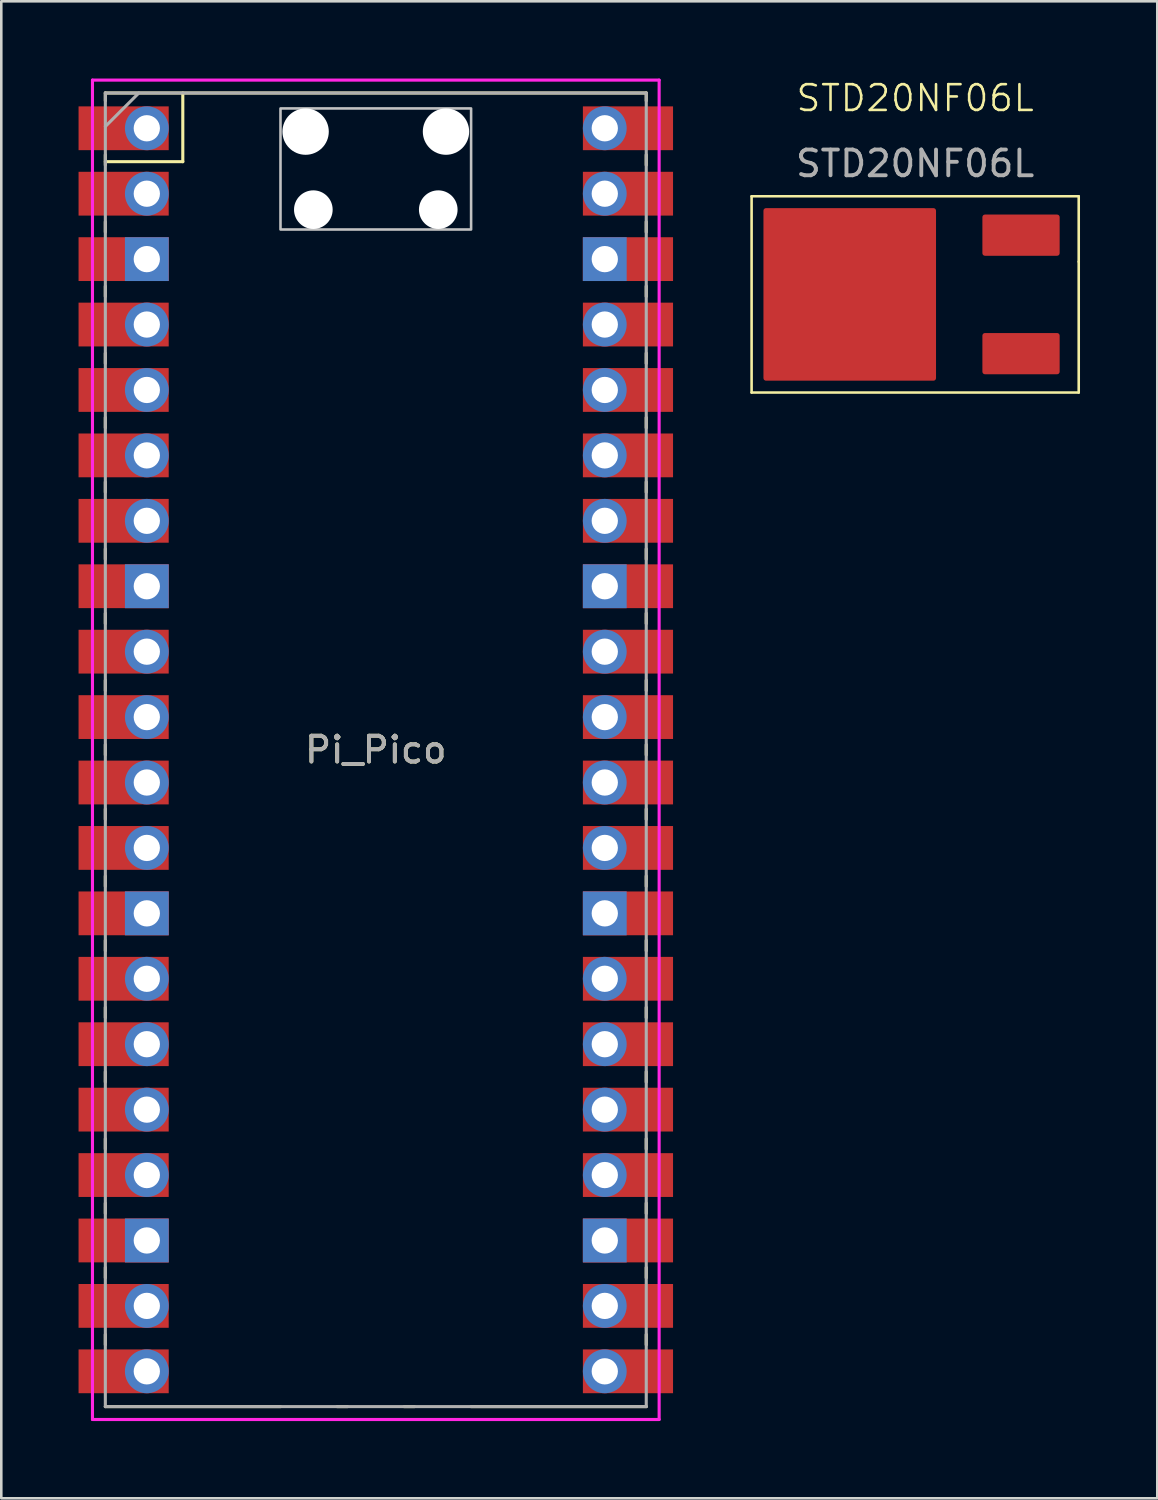
<source format=kicad_pcb>
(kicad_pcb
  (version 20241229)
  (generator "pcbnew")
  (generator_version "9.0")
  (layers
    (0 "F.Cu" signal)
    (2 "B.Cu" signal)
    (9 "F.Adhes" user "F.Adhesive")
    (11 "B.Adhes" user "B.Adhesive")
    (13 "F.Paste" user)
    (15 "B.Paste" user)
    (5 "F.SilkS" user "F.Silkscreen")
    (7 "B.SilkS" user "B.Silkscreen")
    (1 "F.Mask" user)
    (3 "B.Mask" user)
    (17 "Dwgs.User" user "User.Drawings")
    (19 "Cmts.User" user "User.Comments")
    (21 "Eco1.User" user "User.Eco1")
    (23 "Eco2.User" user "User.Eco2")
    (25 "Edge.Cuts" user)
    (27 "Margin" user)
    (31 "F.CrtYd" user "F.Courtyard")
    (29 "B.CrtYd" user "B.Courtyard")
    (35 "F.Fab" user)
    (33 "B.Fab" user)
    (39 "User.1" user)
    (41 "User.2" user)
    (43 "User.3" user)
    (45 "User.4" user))
  (footprint "Pi_Pico"
    (layer "F.Cu")
    (at 11.54 26.06)
    (property "Reference" "Pi_Pico" (at 0 0 0) (layer "F.SilkS") (effects (font (size 1 1) (thickness 0.15))))
    (attr through_hole)
    (fp_line (start -10.5 -25.5) (end -10.5 -25.2) (stroke (width 0.12) (type solid)) (layer "F.SilkS"))
    (fp_line (start -10.5 -25.5) (end 10.5 -25.5) (stroke (width 0.12) (type solid)) (layer "F.SilkS"))
    (fp_line (start -10.5 -23.1) (end -10.5 -22.7) (stroke (width 0.12) (type solid)) (layer "F.SilkS"))
    (fp_line (start -10.5 -22.833) (end -7.493 -22.833) (stroke (width 0.12) (type solid)) (layer "F.SilkS"))
    (fp_line (start -10.5 -20.5) (end -10.5 -20.1) (stroke (width 0.12) (type solid)) (layer "F.SilkS"))
    (fp_line (start -10.5 -18) (end -10.5 -17.6) (stroke (width 0.12) (type solid)) (layer "F.SilkS"))
    (fp_line (start -10.5 -15.4) (end -10.5 -15) (stroke (width 0.12) (type solid)) (layer "F.SilkS"))
    (fp_line (start -10.5 -12.9) (end -10.5 -12.5) (stroke (width 0.12) (type solid)) (layer "F.SilkS"))
    (fp_line (start -10.5 -10.4) (end -10.5 -10) (stroke (width 0.12) (type solid)) (layer "F.SilkS"))
    (fp_line (start -10.5 -7.8) (end -10.5 -7.4) (stroke (width 0.12) (type solid)) (layer "F.SilkS"))
    (fp_line (start -10.5 -5.3) (end -10.5 -4.9) (stroke (width 0.12) (type solid)) (layer "F.SilkS"))
    (fp_line (start -10.5 -2.7) (end -10.5 -2.3) (stroke (width 0.12) (type solid)) (layer "F.SilkS"))
    (fp_line (start -10.5 -0.2) (end -10.5 0.2) (stroke (width 0.12) (type solid)) (layer "F.SilkS"))
    (fp_line (start -10.5 2.3) (end -10.5 2.7) (stroke (width 0.12) (type solid)) (layer "F.SilkS"))
    (fp_line (start -10.5 4.9) (end -10.5 5.3) (stroke (width 0.12) (type solid)) (layer "F.SilkS"))
    (fp_line (start -10.5 7.4) (end -10.5 7.8) (stroke (width 0.12) (type solid)) (layer "F.SilkS"))
    (fp_line (start -10.5 10) (end -10.5 10.4) (stroke (width 0.12) (type solid)) (layer "F.SilkS"))
    (fp_line (start -10.5 12.5) (end -10.5 12.9) (stroke (width 0.12) (type solid)) (layer "F.SilkS"))
    (fp_line (start -10.5 15.1) (end -10.5 15.5) (stroke (width 0.12) (type solid)) (layer "F.SilkS"))
    (fp_line (start -10.5 17.6) (end -10.5 18) (stroke (width 0.12) (type solid)) (layer "F.SilkS"))
    (fp_line (start -10.5 20.1) (end -10.5 20.5) (stroke (width 0.12) (type solid)) (layer "F.SilkS"))
    (fp_line (start -10.5 22.7) (end -10.5 23.1) (stroke (width 0.12) (type solid)) (layer "F.SilkS"))
    (fp_line (start -7.493 -22.833) (end -7.493 -25.5) (stroke (width 0.12) (type solid)) (layer "F.SilkS"))
    (fp_line (start -3.7 25.5) (end -10.5 25.5) (stroke (width 0.12) (type solid)) (layer "F.SilkS"))
    (fp_line (start -1.5 25.5) (end -1.1 25.5) (stroke (width 0.12) (type solid)) (layer "F.SilkS"))
    (fp_line (start 1.1 25.5) (end 1.5 25.5) (stroke (width 0.12) (type solid)) (layer "F.SilkS"))
    (fp_line (start 10.5 -25.5) (end 10.5 -25.2) (stroke (width 0.12) (type solid)) (layer "F.SilkS"))
    (fp_line (start 10.5 -23.1) (end 10.5 -22.7) (stroke (width 0.12) (type solid)) (layer "F.SilkS"))
    (fp_line (start 10.5 -20.5) (end 10.5 -20.1) (stroke (width 0.12) (type solid)) (layer "F.SilkS"))
    (fp_line (start 10.5 -18) (end 10.5 -17.6) (stroke (width 0.12) (type solid)) (layer "F.SilkS"))
    (fp_line (start 10.5 -15.4) (end 10.5 -15) (stroke (width 0.12) (type solid)) (layer "F.SilkS"))
    (fp_line (start 10.5 -12.9) (end 10.5 -12.5) (stroke (width 0.12) (type solid)) (layer "F.SilkS"))
    (fp_line (start 10.5 -10.4) (end 10.5 -10) (stroke (width 0.12) (type solid)) (layer "F.SilkS"))
    (fp_line (start 10.5 -7.8) (end 10.5 -7.4) (stroke (width 0.12) (type solid)) (layer "F.SilkS"))
    (fp_line (start 10.5 -5.3) (end 10.5 -4.9) (stroke (width 0.12) (type solid)) (layer "F.SilkS"))
    (fp_line (start 10.5 -2.7) (end 10.5 -2.3) (stroke (width 0.12) (type solid)) (layer "F.SilkS"))
    (fp_line (start 10.5 -0.2) (end 10.5 0.2) (stroke (width 0.12) (type solid)) (layer "F.SilkS"))
    (fp_line (start 10.5 2.3) (end 10.5 2.7) (stroke (width 0.12) (type solid)) (layer "F.SilkS"))
    (fp_line (start 10.5 4.9) (end 10.5 5.3) (stroke (width 0.12) (type solid)) (layer "F.SilkS"))
    (fp_line (start 10.5 7.4) (end 10.5 7.8) (stroke (width 0.12) (type solid)) (layer "F.SilkS"))
    (fp_line (start 10.5 10) (end 10.5 10.4) (stroke (width 0.12) (type solid)) (layer "F.SilkS"))
    (fp_line (start 10.5 12.5) (end 10.5 12.9) (stroke (width 0.12) (type solid)) (layer "F.SilkS"))
    (fp_line (start 10.5 15.1) (end 10.5 15.5) (stroke (width 0.12) (type solid)) (layer "F.SilkS"))
    (fp_line (start 10.5 17.6) (end 10.5 18) (stroke (width 0.12) (type solid)) (layer "F.SilkS"))
    (fp_line (start 10.5 20.1) (end 10.5 20.5) (stroke (width 0.12) (type solid)) (layer "F.SilkS"))
    (fp_line (start 10.5 22.7) (end 10.5 23.1) (stroke (width 0.12) (type solid)) (layer "F.SilkS"))
    (fp_line (start 10.5 25.5) (end 3.7 25.5) (stroke (width 0.12) (type solid)) (layer "F.SilkS"))
    (fp_poly (pts (xy 3.7 -20.2) (xy -3.7 -20.2) (xy -3.7 -24.9) (xy 3.7 -24.9)) (stroke (width 0.1) (type solid)) (fill no) (layer "Dwgs.User"))
    (fp_line (start -11 -26) (end 11 -26) (stroke (width 0.12) (type solid)) (layer "F.CrtYd"))
    (fp_line (start -11 26) (end -11 -26) (stroke (width 0.12) (type solid)) (layer "F.CrtYd"))
    (fp_line (start 11 -26) (end 11 26) (stroke (width 0.12) (type solid)) (layer "F.CrtYd"))
    (fp_line (start 11 26) (end -11 26) (stroke (width 0.12) (type solid)) (layer "F.CrtYd"))
    (fp_line (start -10.5 -25.5) (end 10.5 -25.5) (stroke (width 0.12) (type solid)) (layer "F.Fab"))
    (fp_line (start -10.5 -24.2) (end -9.2 -25.5) (stroke (width 0.12) (type solid)) (layer "F.Fab"))
    (fp_line (start -10.5 25.5) (end -10.5 -25.5) (stroke (width 0.12) (type solid)) (layer "F.Fab"))
    (fp_line (start 10.5 -25.5) (end 10.5 25.5) (stroke (width 0.12) (type solid)) (layer "F.Fab"))
    (fp_line (start 10.5 25.5) (end -10.5 25.5) (stroke (width 0.12) (type solid)) (layer "F.Fab"))
    (fp_text user "${REFERENCE}" (at 0 0 180) (layer "F.Fab") (effects (font (size 1 1) (thickness 0.15))))
    (pad "" np_thru_hole oval (at -2.725 -24) (size 1.8 1.8) (drill 1.8) (layers "*.Cu" "*.Mask"))
    (pad "" np_thru_hole oval (at -2.425 -20.97) (size 1.5 1.5) (drill 1.5) (layers "*.Cu" "*.Mask"))
    (pad "" np_thru_hole oval (at 2.425 -20.97) (size 1.5 1.5) (drill 1.5) (layers "*.Cu" "*.Mask"))
    (pad "" np_thru_hole oval (at 2.725 -24) (size 1.8 1.8) (drill 1.8) (layers "*.Cu" "*.Mask"))
    (pad "1" thru_hole oval (at -8.89 -24.13) (size 1.7 1.7) (drill 1.02) (layers "*.Cu" "*.Mask"))
    (pad "1" smd rect (at -8.89 -24.13) (size 3.5 1.7) (drill (offset -0.9 0)) (layers "F.Cu" "F.Mask"))
    (pad "2" thru_hole oval (at -8.89 -21.59) (size 1.7 1.7) (drill 1.02) (layers "*.Cu" "*.Mask"))
    (pad "2" smd rect (at -8.89 -21.59) (size 3.5 1.7) (drill (offset -0.9 0)) (layers "F.Cu" "F.Mask"))
    (pad "3" thru_hole rect (at -8.89 -19.05) (size 1.7 1.7) (drill 1.02) (layers "*.Cu" "*.Mask"))
    (pad "3" smd rect (at -8.89 -19.05) (size 3.5 1.7) (drill (offset -0.9 0)) (layers "F.Cu" "F.Mask"))
    (pad "4" thru_hole oval (at -8.89 -16.51) (size 1.7 1.7) (drill 1.02) (layers "*.Cu" "*.Mask"))
    (pad "4" smd rect (at -8.89 -16.51) (size 3.5 1.7) (drill (offset -0.9 0)) (layers "F.Cu" "F.Mask"))
    (pad "5" thru_hole oval (at -8.89 -13.97) (size 1.7 1.7) (drill 1.02) (layers "*.Cu" "*.Mask"))
    (pad "5" smd rect (at -8.89 -13.97) (size 3.5 1.7) (drill (offset -0.9 0)) (layers "F.Cu" "F.Mask"))
    (pad "6" thru_hole oval (at -8.89 -11.43) (size 1.7 1.7) (drill 1.02) (layers "*.Cu" "*.Mask"))
    (pad "6" smd rect (at -8.89 -11.43) (size 3.5 1.7) (drill (offset -0.9 0)) (layers "F.Cu" "F.Mask"))
    (pad "7" thru_hole oval (at -8.89 -8.89) (size 1.7 1.7) (drill 1.02) (layers "*.Cu" "*.Mask"))
    (pad "7" smd rect (at -8.89 -8.89) (size 3.5 1.7) (drill (offset -0.9 0)) (layers "F.Cu" "F.Mask"))
    (pad "8" thru_hole rect (at -8.89 -6.35) (size 1.7 1.7) (drill 1.02) (layers "*.Cu" "*.Mask"))
    (pad "8" smd rect (at -8.89 -6.35) (size 3.5 1.7) (drill (offset -0.9 0)) (layers "F.Cu" "F.Mask"))
    (pad "9" thru_hole oval (at -8.89 -3.81) (size 1.7 1.7) (drill 1.02) (layers "*.Cu" "*.Mask"))
    (pad "9" smd rect (at -8.89 -3.81) (size 3.5 1.7) (drill (offset -0.9 0)) (layers "F.Cu" "F.Mask"))
    (pad "10" thru_hole oval (at -8.89 -1.27) (size 1.7 1.7) (drill 1.02) (layers "*.Cu" "*.Mask"))
    (pad "10" smd rect (at -8.89 -1.27) (size 3.5 1.7) (drill (offset -0.9 0)) (layers "F.Cu" "F.Mask"))
    (pad "11" thru_hole oval (at -8.89 1.27) (size 1.7 1.7) (drill 1.02) (layers "*.Cu" "*.Mask"))
    (pad "11" smd rect (at -8.89 1.27) (size 3.5 1.7) (drill (offset -0.9 0)) (layers "F.Cu" "F.Mask"))
    (pad "12" thru_hole oval (at -8.89 3.81) (size 1.7 1.7) (drill 1.02) (layers "*.Cu" "*.Mask"))
    (pad "12" smd rect (at -8.89 3.81) (size 3.5 1.7) (drill (offset -0.9 0)) (layers "F.Cu" "F.Mask"))
    (pad "13" thru_hole rect (at -8.89 6.35) (size 1.7 1.7) (drill 1.02) (layers "*.Cu" "*.Mask"))
    (pad "13" smd rect (at -8.89 6.35) (size 3.5 1.7) (drill (offset -0.9 0)) (layers "F.Cu" "F.Mask"))
    (pad "14" thru_hole oval (at -8.89 8.89) (size 1.7 1.7) (drill 1.02) (layers "*.Cu" "*.Mask"))
    (pad "14" smd rect (at -8.89 8.89) (size 3.5 1.7) (drill (offset -0.9 0)) (layers "F.Cu" "F.Mask"))
    (pad "15" thru_hole oval (at -8.89 11.43) (size 1.7 1.7) (drill 1.02) (layers "*.Cu" "*.Mask"))
    (pad "15" smd rect (at -8.89 11.43) (size 3.5 1.7) (drill (offset -0.9 0)) (layers "F.Cu" "F.Mask"))
    (pad "16" thru_hole oval (at -8.89 13.97) (size 1.7 1.7) (drill 1.02) (layers "*.Cu" "*.Mask"))
    (pad "16" smd rect (at -8.89 13.97) (size 3.5 1.7) (drill (offset -0.9 0)) (layers "F.Cu" "F.Mask"))
    (pad "17" thru_hole oval (at -8.89 16.51) (size 1.7 1.7) (drill 1.02) (layers "*.Cu" "*.Mask"))
    (pad "17" smd rect (at -8.89 16.51) (size 3.5 1.7) (drill (offset -0.9 0)) (layers "F.Cu" "F.Mask"))
    (pad "18" thru_hole rect (at -8.89 19.05) (size 1.7 1.7) (drill 1.02) (layers "*.Cu" "*.Mask"))
    (pad "18" smd rect (at -8.89 19.05) (size 3.5 1.7) (drill (offset -0.9 0)) (layers "F.Cu" "F.Mask"))
    (pad "19" thru_hole oval (at -8.89 21.59) (size 1.7 1.7) (drill 1.02) (layers "*.Cu" "*.Mask"))
    (pad "19" smd rect (at -8.89 21.59) (size 3.5 1.7) (drill (offset -0.9 0)) (layers "F.Cu" "F.Mask"))
    (pad "20" thru_hole oval (at -8.89 24.13) (size 1.7 1.7) (drill 1.02) (layers "*.Cu" "*.Mask"))
    (pad "20" smd rect (at -8.89 24.13) (size 3.5 1.7) (drill (offset -0.9 0)) (layers "F.Cu" "F.Mask"))
    (pad "21" thru_hole oval (at 8.89 24.13) (size 1.7 1.7) (drill 1.02) (layers "*.Cu" "*.Mask"))
    (pad "21" smd rect (at 8.89 24.13) (size 3.5 1.7) (drill (offset 0.9 0)) (layers "F.Cu" "F.Mask"))
    (pad "22" thru_hole oval (at 8.89 21.59) (size 1.7 1.7) (drill 1.02) (layers "*.Cu" "*.Mask"))
    (pad "22" smd rect (at 8.89 21.59) (size 3.5 1.7) (drill (offset 0.9 0)) (layers "F.Cu" "F.Mask"))
    (pad "23" thru_hole rect (at 8.89 19.05) (size 1.7 1.7) (drill 1.02) (layers "*.Cu" "*.Mask"))
    (pad "23" smd rect (at 8.89 19.05) (size 3.5 1.7) (drill (offset 0.9 0)) (layers "F.Cu" "F.Mask"))
    (pad "24" thru_hole oval (at 8.89 16.51) (size 1.7 1.7) (drill 1.02) (layers "*.Cu" "*.Mask"))
    (pad "24" smd rect (at 8.89 16.51) (size 3.5 1.7) (drill (offset 0.9 0)) (layers "F.Cu" "F.Mask"))
    (pad "25" thru_hole oval (at 8.89 13.97) (size 1.7 1.7) (drill 1.02) (layers "*.Cu" "*.Mask"))
    (pad "25" smd rect (at 8.89 13.97) (size 3.5 1.7) (drill (offset 0.9 0)) (layers "F.Cu" "F.Mask"))
    (pad "26" thru_hole oval (at 8.89 11.43) (size 1.7 1.7) (drill 1.02) (layers "*.Cu" "*.Mask"))
    (pad "26" smd rect (at 8.89 11.43) (size 3.5 1.7) (drill (offset 0.9 0)) (layers "F.Cu" "F.Mask"))
    (pad "27" thru_hole oval (at 8.89 8.89) (size 1.7 1.7) (drill 1.02) (layers "*.Cu" "*.Mask"))
    (pad "27" smd rect (at 8.89 8.89) (size 3.5 1.7) (drill (offset 0.9 0)) (layers "F.Cu" "F.Mask"))
    (pad "28" thru_hole rect (at 8.89 6.35) (size 1.7 1.7) (drill 1.02) (layers "*.Cu" "*.Mask"))
    (pad "28" smd rect (at 8.89 6.35) (size 3.5 1.7) (drill (offset 0.9 0)) (layers "F.Cu" "F.Mask"))
    (pad "29" thru_hole oval (at 8.89 3.81) (size 1.7 1.7) (drill 1.02) (layers "*.Cu" "*.Mask"))
    (pad "29" smd rect (at 8.89 3.81) (size 3.5 1.7) (drill (offset 0.9 0)) (layers "F.Cu" "F.Mask"))
    (pad "30" thru_hole oval (at 8.89 1.27) (size 1.7 1.7) (drill 1.02) (layers "*.Cu" "*.Mask"))
    (pad "30" smd rect (at 8.89 1.27) (size 3.5 1.7) (drill (offset 0.9 0)) (layers "F.Cu" "F.Mask"))
    (pad "31" thru_hole oval (at 8.89 -1.27) (size 1.7 1.7) (drill 1.02) (layers "*.Cu" "*.Mask"))
    (pad "31" smd rect (at 8.89 -1.27) (size 3.5 1.7) (drill (offset 0.9 0)) (layers "F.Cu" "F.Mask"))
    (pad "32" thru_hole oval (at 8.89 -3.81) (size 1.7 1.7) (drill 1.02) (layers "*.Cu" "*.Mask"))
    (pad "32" smd rect (at 8.89 -3.81) (size 3.5 1.7) (drill (offset 0.9 0)) (layers "F.Cu" "F.Mask"))
    (pad "33" thru_hole rect (at 8.89 -6.35) (size 1.7 1.7) (drill 1.02) (layers "*.Cu" "*.Mask"))
    (pad "33" smd rect (at 8.89 -6.35) (size 3.5 1.7) (drill (offset 0.9 0)) (layers "F.Cu" "F.Mask"))
    (pad "34" thru_hole oval (at 8.89 -8.89) (size 1.7 1.7) (drill 1.02) (layers "*.Cu" "*.Mask"))
    (pad "34" smd rect (at 8.89 -8.89) (size 3.5 1.7) (drill (offset 0.9 0)) (layers "F.Cu" "F.Mask"))
    (pad "35" thru_hole oval (at 8.89 -11.43) (size 1.7 1.7) (drill 1.02) (layers "*.Cu" "*.Mask"))
    (pad "35" smd rect (at 8.89 -11.43) (size 3.5 1.7) (drill (offset 0.9 0)) (layers "F.Cu" "F.Mask"))
    (pad "36" thru_hole oval (at 8.89 -13.97) (size 1.7 1.7) (drill 1.02) (layers "*.Cu" "*.Mask"))
    (pad "36" smd rect (at 8.89 -13.97) (size 3.5 1.7) (drill (offset 0.9 0)) (layers "F.Cu" "F.Mask"))
    (pad "37" thru_hole oval (at 8.89 -16.51) (size 1.7 1.7) (drill 1.02) (layers "*.Cu" "*.Mask"))
    (pad "37" smd rect (at 8.89 -16.51) (size 3.5 1.7) (drill (offset 0.9 0)) (layers "F.Cu" "F.Mask"))
    (pad "38" thru_hole rect (at 8.89 -19.05) (size 1.7 1.7) (drill 1.02) (layers "*.Cu" "*.Mask"))
    (pad "38" smd rect (at 8.89 -19.05) (size 3.5 1.7) (drill (offset 0.9 0)) (layers "F.Cu" "F.Mask"))
    (pad "39" thru_hole oval (at 8.89 -21.59) (size 1.7 1.7) (drill 1.02) (layers "*.Cu" "*.Mask"))
    (pad "39" smd rect (at 8.89 -21.59) (size 3.5 1.7) (drill (offset 0.9 0)) (layers "F.Cu" "F.Mask"))
    (pad "40" thru_hole oval (at 8.89 -24.13) (size 1.7 1.7) (drill 1.02) (layers "*.Cu" "*.Mask"))
    (pad "40" smd rect (at 8.89 -24.13) (size 3.5 1.7) (drill (offset 0.9 0)) (layers "F.Cu" "F.Mask")))
  (footprint "STD20NF06L"
    (layer "F.Cu")
    (at 29.94 8.38)
    (property "Reference" "STD20NF06L" (at 2.54 -7.62 0) (unlocked yes) (layer "F.SilkS") (effects (font (size 1 1) (thickness 0.1))))
    (attr smd)
    (fp_line (start -3.81 -3.81) (end -3.81 3.81) (stroke (width 0.1) (type default)) (layer "F.SilkS"))
    (fp_line (start -3.81 3.81) (end 8.89 3.81) (stroke (width 0.1) (type default)) (layer "F.SilkS"))
    (fp_line (start 8.89 -3.81) (end -3.81 -3.81) (stroke (width 0.1) (type default)) (layer "F.SilkS"))
    (fp_line (start 8.89 -1.27) (end 8.89 -3.81) (stroke (width 0.1) (type default)) (layer "F.SilkS"))
    (fp_line (start 8.89 3.81) (end 8.89 -1.27) (stroke (width 0.1) (type default)) (layer "F.SilkS"))
    (fp_text user "${REFERENCE}" (at 2.54 -5.08 0) (unlocked yes) (layer "F.Fab") (effects (font (size 1 1) (thickness 0.15))))
    (pad "1" smd roundrect (at 6.65 2.3) (size 3 1.6) (layers "F.Cu" "F.Mask" "F.Paste") (roundrect_rratio 0.062))
    (pad "2" smd roundrect (at 0 0) (size 6.7 6.7) (layers "F.Cu" "F.Mask" "F.Paste") (roundrect_rratio 0.015))
    (pad "3" smd roundrect (at 6.65 -2.3) (size 3 1.6) (layers "F.Cu" "F.Mask" "F.Paste") (roundrect_rratio 0.062)))
  (gr_rect
    (start -3 -3)
    (end 41.88 55.12)
    (stroke (width 0.1) (type default))
    (fill no)
    (layer "Edge.Cuts")))
</source>
